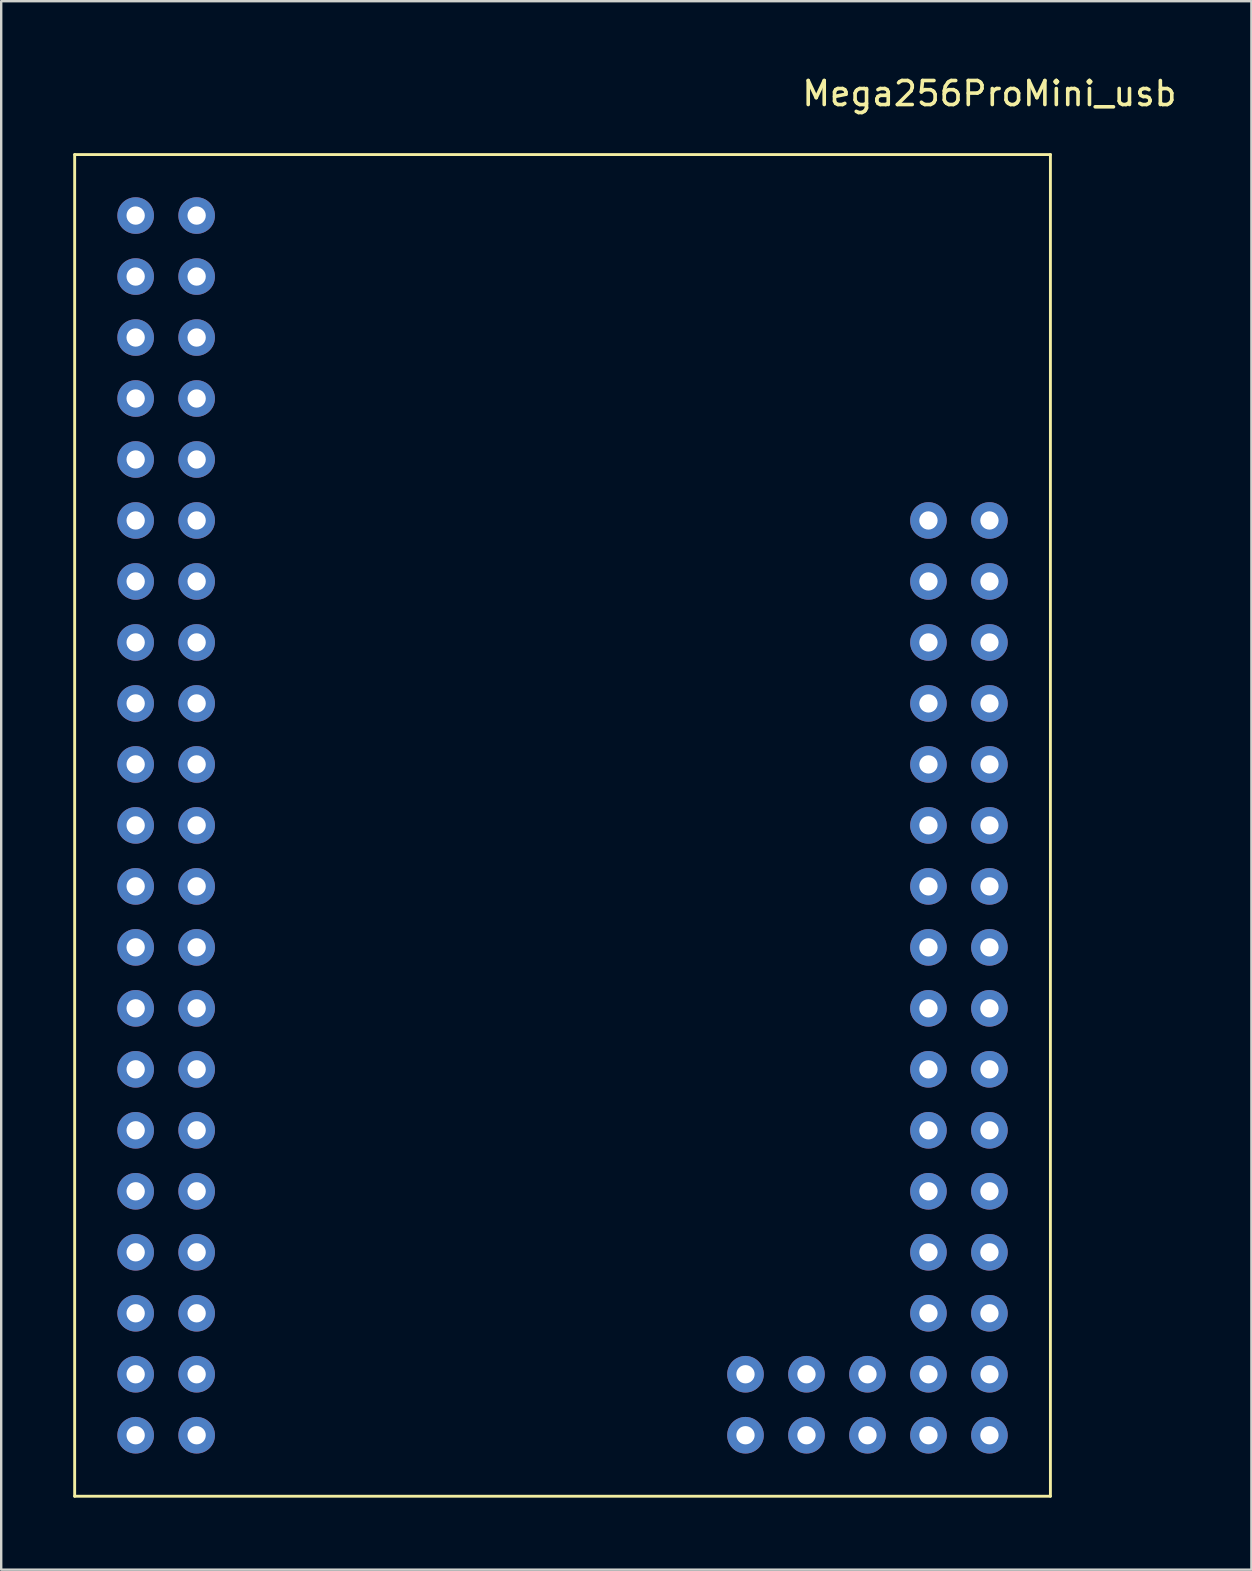
<source format=kicad_pcb>
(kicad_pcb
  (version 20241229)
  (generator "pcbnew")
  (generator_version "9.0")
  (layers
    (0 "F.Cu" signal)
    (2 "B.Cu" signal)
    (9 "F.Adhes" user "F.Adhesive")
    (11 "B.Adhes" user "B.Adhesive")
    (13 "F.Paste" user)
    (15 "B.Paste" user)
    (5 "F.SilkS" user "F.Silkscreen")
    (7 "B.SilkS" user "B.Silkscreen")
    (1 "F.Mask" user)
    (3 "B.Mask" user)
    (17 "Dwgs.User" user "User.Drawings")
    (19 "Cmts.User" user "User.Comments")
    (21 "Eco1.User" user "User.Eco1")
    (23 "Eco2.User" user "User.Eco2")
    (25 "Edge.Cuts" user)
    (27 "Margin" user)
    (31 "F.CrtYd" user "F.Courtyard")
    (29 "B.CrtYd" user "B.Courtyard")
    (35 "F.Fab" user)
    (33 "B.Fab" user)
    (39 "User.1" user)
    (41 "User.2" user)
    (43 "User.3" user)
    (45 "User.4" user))
  (footprint "Mega256ProMini_usb"
    (layer "F.Cu")
    (at 20.38 31.328)
    (property "Reference" "Mega256ProMini_usb" (at 17.78 -30.48 0) (layer "F.SilkS") (effects (font (size 1 1) (thickness 0.15))))
    (attr through_hole)
    (fp_line (start -20.32 -27.94) (end -20.32 27.94) (stroke (width 0.12) (type solid)) (layer "F.SilkS"))
    (fp_line (start -20.32 27.94) (end 20.32 27.94) (stroke (width 0.12) (type solid)) (layer "F.SilkS"))
    (fp_line (start 20.32 -27.94) (end -20.32 -27.94) (stroke (width 0.12) (type solid)) (layer "F.SilkS"))
    (fp_line (start 20.32 27.94) (end 20.32 -27.94) (stroke (width 0.12) (type solid)) (layer "F.SilkS"))
    (pad "A0" thru_hole circle (at 17.78 -12.7) (size 1.524 1.524) (drill 0.762) (layers "*.Cu" "*.Mask"))
    (pad "A1" thru_hole circle (at 15.24 -12.7) (size 1.524 1.524) (drill 0.762) (layers "*.Cu" "*.Mask"))
    (pad "A2" thru_hole circle (at 17.78 -10.16) (size 1.524 1.524) (drill 0.762) (layers "*.Cu" "*.Mask"))
    (pad "A3" thru_hole circle (at 15.24 -10.16) (size 1.524 1.524) (drill 0.762) (layers "*.Cu" "*.Mask"))
    (pad "A4" thru_hole circle (at 17.78 -7.62) (size 1.524 1.524) (drill 0.762) (layers "*.Cu" "*.Mask"))
    (pad "A5" thru_hole circle (at 15.24 -7.62) (size 1.524 1.524) (drill 0.762) (layers "*.Cu" "*.Mask"))
    (pad "A6" thru_hole circle (at 17.78 -5.08) (size 1.524 1.524) (drill 0.762) (layers "*.Cu" "*.Mask"))
    (pad "A7" thru_hole circle (at 15.24 -5.08) (size 1.524 1.524) (drill 0.762) (layers "*.Cu" "*.Mask"))
    (pad "A8" thru_hole circle (at 17.78 -2.54) (size 1.524 1.524) (drill 0.762) (layers "*.Cu" "*.Mask"))
    (pad "A9" thru_hole circle (at 15.24 -2.54) (size 1.524 1.524) (drill 0.762) (layers "*.Cu" "*.Mask"))
    (pad "A10" thru_hole circle (at 17.78 0) (size 1.524 1.524) (drill 0.762) (layers "*.Cu" "*.Mask"))
    (pad "A11" thru_hole circle (at 15.24 0) (size 1.524 1.524) (drill 0.762) (layers "*.Cu" "*.Mask"))
    (pad "A12" thru_hole circle (at 17.78 2.54) (size 1.524 1.524) (drill 0.762) (layers "*.Cu" "*.Mask"))
    (pad "A13" thru_hole circle (at 15.24 2.54) (size 1.524 1.524) (drill 0.762) (layers "*.Cu" "*.Mask"))
    (pad "A14" thru_hole circle (at 17.78 5.08) (size 1.524 1.524) (drill 0.762) (layers "*.Cu" "*.Mask"))
    (pad "A15" thru_hole circle (at 15.24 5.08) (size 1.524 1.524) (drill 0.762) (layers "*.Cu" "*.Mask"))
    (pad "AREF" thru_hole circle (at -15.24 -15.24) (size 1.524 1.524) (drill 0.762) (layers "*.Cu" "*.Mask"))
    (pad "D2" thru_hole circle (at -15.24 -10.16) (size 1.524 1.524) (drill 0.762) (layers "*.Cu" "*.Mask"))
    (pad "D3" thru_hole circle (at -17.78 -10.16) (size 1.524 1.524) (drill 0.762) (layers "*.Cu" "*.Mask"))
    (pad "D4" thru_hole circle (at -15.24 -7.62) (size 1.524 1.524) (drill 0.762) (layers "*.Cu" "*.Mask"))
    (pad "D5" thru_hole circle (at -17.78 -7.62) (size 1.524 1.524) (drill 0.762) (layers "*.Cu" "*.Mask"))
    (pad "D6" thru_hole circle (at -15.24 -5.08) (size 1.524 1.524) (drill 0.762) (layers "*.Cu" "*.Mask"))
    (pad "D7" thru_hole circle (at -17.78 -5.08) (size 1.524 1.524) (drill 0.762) (layers "*.Cu" "*.Mask"))
    (pad "D8" thru_hole circle (at -15.24 -2.54) (size 1.524 1.524) (drill 0.762) (layers "*.Cu" "*.Mask"))
    (pad "D9" thru_hole circle (at -17.78 -2.54) (size 1.524 1.524) (drill 0.762) (layers "*.Cu" "*.Mask"))
    (pad "D10" thru_hole circle (at -15.24 0) (size 1.524 1.524) (drill 0.762) (layers "*.Cu" "*.Mask"))
    (pad "D11" thru_hole circle (at -17.78 0) (size 1.524 1.524) (drill 0.762) (layers "*.Cu" "*.Mask"))
    (pad "D12" thru_hole circle (at -15.24 2.54) (size 1.524 1.524) (drill 0.762) (layers "*.Cu" "*.Mask"))
    (pad "D13" thru_hole circle (at -17.78 2.54) (size 1.524 1.524) (drill 0.762) (layers "*.Cu" "*.Mask"))
    (pad "D14" thru_hole circle (at -15.24 5.08) (size 1.524 1.524) (drill 0.762) (layers "*.Cu" "*.Mask"))
    (pad "D15" thru_hole circle (at -17.78 5.08) (size 1.524 1.524) (drill 0.762) (layers "*.Cu" "*.Mask"))
    (pad "D16" thru_hole circle (at -15.24 7.62) (size 1.524 1.524) (drill 0.762) (layers "*.Cu" "*.Mask"))
    (pad "D17" thru_hole circle (at -17.78 7.62) (size 1.524 1.524) (drill 0.762) (layers "*.Cu" "*.Mask"))
    (pad "D18" thru_hole circle (at -15.24 10.16) (size 1.524 1.524) (drill 0.762) (layers "*.Cu" "*.Mask"))
    (pad "D19" thru_hole circle (at -17.78 10.16) (size 1.524 1.524) (drill 0.762) (layers "*.Cu" "*.Mask"))
    (pad "D20" thru_hole circle (at -15.24 12.7) (size 1.524 1.524) (drill 0.762) (layers "*.Cu" "*.Mask"))
    (pad "D21" thru_hole circle (at -17.78 12.7) (size 1.524 1.524) (drill 0.762) (layers "*.Cu" "*.Mask"))
    (pad "D22" thru_hole circle (at -15.24 15.24) (size 1.524 1.524) (drill 0.762) (layers "*.Cu" "*.Mask"))
    (pad "D23" thru_hole circle (at -17.78 15.24) (size 1.524 1.524) (drill 0.762) (layers "*.Cu" "*.Mask"))
    (pad "D24" thru_hole circle (at -15.24 17.78) (size 1.524 1.524) (drill 0.762) (layers "*.Cu" "*.Mask"))
    (pad "D25" thru_hole circle (at -17.78 17.78) (size 1.524 1.524) (drill 0.762) (layers "*.Cu" "*.Mask"))
    (pad "D26" thru_hole circle (at -15.24 20.32) (size 1.524 1.524) (drill 0.762) (layers "*.Cu" "*.Mask"))
    (pad "D27" thru_hole circle (at -17.78 20.32) (size 1.524 1.524) (drill 0.762) (layers "*.Cu" "*.Mask"))
    (pad "D28" thru_hole circle (at -15.24 22.86) (size 1.524 1.524) (drill 0.762) (layers "*.Cu" "*.Mask"))
    (pad "D29" thru_hole circle (at -17.78 22.86) (size 1.524 1.524) (drill 0.762) (layers "*.Cu" "*.Mask"))
    (pad "D30" thru_hole circle (at -15.24 25.4) (size 1.524 1.524) (drill 0.762) (layers "*.Cu" "*.Mask"))
    (pad "D31" thru_hole circle (at -17.78 25.4) (size 1.524 1.524) (drill 0.762) (layers "*.Cu" "*.Mask"))
    (pad "D32" thru_hole circle (at 17.78 7.62) (size 1.524 1.524) (drill 0.762) (layers "*.Cu" "*.Mask"))
    (pad "D33" thru_hole circle (at 15.24 7.62) (size 1.524 1.524) (drill 0.762) (layers "*.Cu" "*.Mask"))
    (pad "D34" thru_hole circle (at 17.78 10.16) (size 1.524 1.524) (drill 0.762) (layers "*.Cu" "*.Mask"))
    (pad "D35" thru_hole circle (at 15.24 10.16) (size 1.524 1.524) (drill 0.762) (layers "*.Cu" "*.Mask"))
    (pad "D36" thru_hole circle (at 17.78 12.7 180) (size 1.524 1.524) (drill 0.762) (layers "*.Cu" "*.Mask"))
    (pad "D37" thru_hole circle (at 15.24 12.7) (size 1.524 1.524) (drill 0.762) (layers "*.Cu" "*.Mask"))
    (pad "D38" thru_hole circle (at 17.78 15.24) (size 1.524 1.524) (drill 0.762) (layers "*.Cu" "*.Mask"))
    (pad "D39" thru_hole circle (at 15.24 15.24) (size 1.524 1.524) (drill 0.762) (layers "*.Cu" "*.Mask"))
    (pad "D40" thru_hole circle (at 17.78 17.78) (size 1.524 1.524) (drill 0.762) (layers "*.Cu" "*.Mask"))
    (pad "D41" thru_hole circle (at 15.24 17.78) (size 1.524 1.524) (drill 0.762) (layers "*.Cu" "*.Mask"))
    (pad "D42" thru_hole circle (at 17.78 20.32) (size 1.524 1.524) (drill 0.762) (layers "*.Cu" "*.Mask"))
    (pad "D43" thru_hole circle (at 15.24 20.32) (size 1.524 1.524) (drill 0.762) (layers "*.Cu" "*.Mask"))
    (pad "D44" thru_hole circle (at 17.78 22.86) (size 1.524 1.524) (drill 0.762) (layers "*.Cu" "*.Mask"))
    (pad "D45" thru_hole circle (at 15.24 22.86) (size 1.524 1.524) (drill 0.762) (layers "*.Cu" "*.Mask"))
    (pad "D46" thru_hole circle (at 17.78 25.4) (size 1.524 1.524) (drill 0.762) (layers "*.Cu" "*.Mask"))
    (pad "D47" thru_hole circle (at 15.24 25.4) (size 1.524 1.524) (drill 0.762) (layers "*.Cu" "*.Mask"))
    (pad "D48" thru_hole circle (at 12.7 25.4) (size 1.524 1.524) (drill 0.762) (layers "*.Cu" "*.Mask"))
    (pad "D49" thru_hole circle (at 12.7 22.86) (size 1.524 1.524) (drill 0.762) (layers "*.Cu" "*.Mask"))
    (pad "D50" thru_hole circle (at 10.16 25.4) (size 1.524 1.524) (drill 0.762) (layers "*.Cu" "*.Mask"))
    (pad "D51" thru_hole circle (at 10.16 22.86) (size 1.524 1.524) (drill 0.762) (layers "*.Cu" "*.Mask"))
    (pad "D52" thru_hole circle (at 7.62 25.4) (size 1.524 1.524) (drill 0.762) (layers "*.Cu" "*.Mask"))
    (pad "D53" thru_hole circle (at 7.62 22.86) (size 1.524 1.524) (drill 0.762) (layers "*.Cu" "*.Mask"))
    (pad "GND@1" thru_hole circle (at -17.78 -22.86) (size 1.524 1.524) (drill 0.762) (layers "*.Cu" "*.Mask"))
    (pad "GND@2" thru_hole circle (at -15.24 -22.86) (size 1.524 1.524) (drill 0.762) (layers "*.Cu" "*.Mask"))
    (pad "RST@1" thru_hole circle (at -17.78 -15.24) (size 1.524 1.524) (drill 0.762) (layers "*.Cu" "*.Mask"))
    (pad "RX@1" thru_hole circle (at -15.24 -12.7) (size 1.524 1.524) (drill 0.762) (layers "*.Cu" "*.Mask"))
    (pad "TX@1" thru_hole circle (at -17.78 -12.7) (size 1.524 1.524) (drill 0.762) (layers "*.Cu" "*.Mask"))
    (pad "VCC_3V@1" thru_hole circle (at -17.78 -17.78) (size 1.524 1.524) (drill 0.762) (layers "*.Cu" "*.Mask"))
    (pad "VCC_3V@2" thru_hole circle (at -15.24 -17.78) (size 1.524 1.524) (drill 0.762) (layers "*.Cu" "*.Mask"))
    (pad "VCC_5V@1" thru_hole circle (at -17.78 -20.32) (size 1.524 1.524) (drill 0.762) (layers "*.Cu" "*.Mask"))
    (pad "VCC_5V@2" thru_hole circle (at -15.24 -20.32) (size 1.524 1.524) (drill 0.762) (layers "*.Cu" "*.Mask"))
    (pad "VIN@1" thru_hole circle (at -17.78 -25.4) (size 1.524 1.524) (drill 0.762) (layers "*.Cu" "*.Mask"))
    (pad "VIN@2" thru_hole circle (at -15.24 -25.4) (size 1.524 1.524) (drill 0.762) (layers "*.Cu" "*.Mask")))
  (gr_rect
    (start -3 -3)
    (end 49.071 62.328)
    (stroke (width 0.1) (type default))
    (fill no)
    (layer "Edge.Cuts")))
</source>
